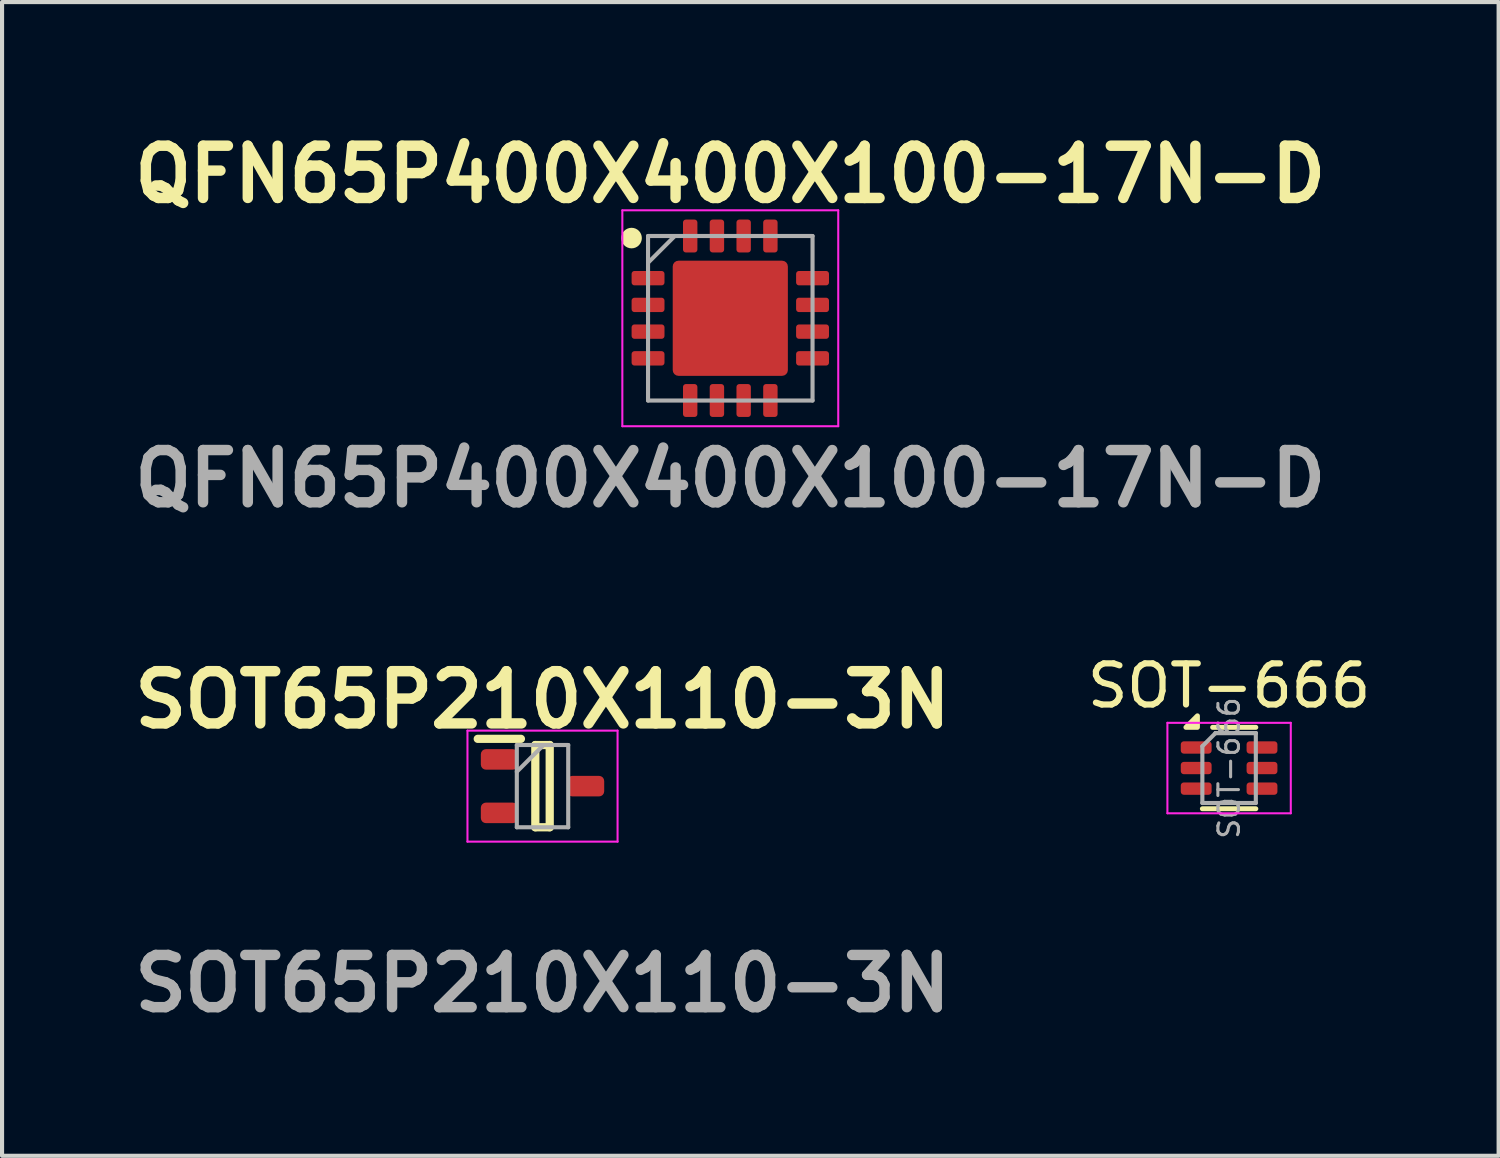
<source format=kicad_pcb>
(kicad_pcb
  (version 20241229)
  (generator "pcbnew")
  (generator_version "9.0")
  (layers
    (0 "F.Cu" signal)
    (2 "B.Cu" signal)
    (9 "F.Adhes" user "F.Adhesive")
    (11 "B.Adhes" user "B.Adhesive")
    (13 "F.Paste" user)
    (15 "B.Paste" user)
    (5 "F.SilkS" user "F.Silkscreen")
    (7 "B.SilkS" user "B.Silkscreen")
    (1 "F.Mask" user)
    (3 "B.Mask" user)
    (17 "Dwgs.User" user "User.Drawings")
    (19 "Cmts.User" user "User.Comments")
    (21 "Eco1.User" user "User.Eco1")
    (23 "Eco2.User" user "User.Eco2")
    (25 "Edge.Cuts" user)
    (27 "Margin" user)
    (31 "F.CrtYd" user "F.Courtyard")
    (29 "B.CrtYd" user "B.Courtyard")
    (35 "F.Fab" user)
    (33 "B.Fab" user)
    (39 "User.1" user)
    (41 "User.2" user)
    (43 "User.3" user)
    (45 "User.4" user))
  (footprint "QFN65P400X400X100-17N-D"
    (layer "F.Cu")
    (at 14.708 4.689)
    (property "Reference" "QFN65P400X400X100-17N-D" (at 0 -3.5 0) (layer "F.SilkS") (effects (font (size 1.27 1.27) (thickness 0.254))))
    (attr smd)
    (fp_circle (center -2.401 -1.95) (end -2.401 -1.825) (stroke (width 0.25) (type solid)) (fill no) (layer "F.SilkS"))
    (fp_rect (start -1.2 -1.2) (end -0.15 -0.15) (stroke (width 0.1) (type solid)) (fill yes) (layer "F.Paste"))
    (fp_rect (start -1.2 0.15) (end -0.15 1.2) (stroke (width 0.1) (type solid)) (fill yes) (layer "F.Paste"))
    (fp_rect (start 0.15 -1.2) (end 1.2 -0.15) (stroke (width 0.1) (type solid)) (fill yes) (layer "F.Paste"))
    (fp_rect (start 0.15 0.15) (end 1.2 1.2) (stroke (width 0.1) (type solid)) (fill yes) (layer "F.Paste"))
    (fp_line (start -2.625 -2.625) (end 2.625 -2.625) (stroke (width 0.05) (type solid)) (layer "F.CrtYd"))
    (fp_line (start -2.625 2.625) (end -2.625 -2.625) (stroke (width 0.05) (type solid)) (layer "F.CrtYd"))
    (fp_line (start 2.625 -2.625) (end 2.625 2.625) (stroke (width 0.05) (type solid)) (layer "F.CrtYd"))
    (fp_line (start 2.625 2.625) (end -2.625 2.625) (stroke (width 0.05) (type solid)) (layer "F.CrtYd"))
    (fp_line (start -2 -2) (end 2 -2) (stroke (width 0.1) (type solid)) (layer "F.Fab"))
    (fp_line (start -2 -1.35) (end -1.35 -2) (stroke (width 0.1) (type solid)) (layer "F.Fab"))
    (fp_line (start -2 2) (end -2 -2) (stroke (width 0.1) (type solid)) (layer "F.Fab"))
    (fp_line (start 2 -2) (end 2 2) (stroke (width 0.1) (type solid)) (layer "F.Fab"))
    (fp_line (start 2 2) (end -2 2) (stroke (width 0.1) (type solid)) (layer "F.Fab"))
    (fp_text user "${REFERENCE}" (at 0 3.9 0) (layer "F.Fab") (effects (font (size 1.27 1.27) (thickness 0.254))))
    (pad "1" smd roundrect (at -2 -0.975 90) (size 0.35 0.8) (layers "F.Cu" "F.Mask" "F.Paste") (roundrect_rratio 0.2))
    (pad "2" smd roundrect (at -2 -0.325 90) (size 0.35 0.8) (layers "F.Cu" "F.Mask" "F.Paste") (roundrect_rratio 0.2))
    (pad "3" smd roundrect (at -2 0.325 90) (size 0.35 0.8) (layers "F.Cu" "F.Mask" "F.Paste") (roundrect_rratio 0.2))
    (pad "4" smd roundrect (at -2 0.975 90) (size 0.35 0.8) (layers "F.Cu" "F.Mask" "F.Paste") (roundrect_rratio 0.2))
    (pad "5" smd roundrect (at -0.975 2) (size 0.35 0.8) (layers "F.Cu" "F.Mask" "F.Paste") (roundrect_rratio 0.2))
    (pad "6" smd roundrect (at -0.325 2) (size 0.35 0.8) (layers "F.Cu" "F.Mask" "F.Paste") (roundrect_rratio 0.2))
    (pad "7" smd roundrect (at 0.325 2) (size 0.35 0.8) (layers "F.Cu" "F.Mask" "F.Paste") (roundrect_rratio 0.2))
    (pad "8" smd roundrect (at 0.975 2) (size 0.35 0.8) (layers "F.Cu" "F.Mask" "F.Paste") (roundrect_rratio 0.2))
    (pad "9" smd roundrect (at 2 0.975 90) (size 0.35 0.8) (layers "F.Cu" "F.Mask" "F.Paste") (roundrect_rratio 0.2))
    (pad "10" smd roundrect (at 2 0.325 90) (size 0.35 0.8) (layers "F.Cu" "F.Mask" "F.Paste") (roundrect_rratio 0.2))
    (pad "11" smd roundrect (at 2 -0.325 90) (size 0.35 0.8) (layers "F.Cu" "F.Mask" "F.Paste") (roundrect_rratio 0.2))
    (pad "12" smd roundrect (at 2 -0.975 90) (size 0.35 0.8) (layers "F.Cu" "F.Mask" "F.Paste") (roundrect_rratio 0.2))
    (pad "13" smd roundrect (at 0.975 -2) (size 0.35 0.8) (layers "F.Cu" "F.Mask" "F.Paste") (roundrect_rratio 0.2))
    (pad "14" smd roundrect (at 0.325 -2) (size 0.35 0.8) (layers "F.Cu" "F.Mask" "F.Paste") (roundrect_rratio 0.2))
    (pad "15" smd roundrect (at -0.325 -2) (size 0.35 0.8) (layers "F.Cu" "F.Mask" "F.Paste") (roundrect_rratio 0.2))
    (pad "16" smd roundrect (at -0.975 -2) (size 0.35 0.8) (layers "F.Cu" "F.Mask" "F.Paste") (roundrect_rratio 0.2))
    (pad "17" smd roundrect (at 0 0) (size 2.8 2.8) (layers "F.Cu" "F.Mask") (roundrect_rratio 0.05)))
  (footprint "SOT65P210X110-3N"
    (layer "F.Cu")
    (at 10.142 16.066)
    (property "Reference" "SOT65P210X110-3N" (at 0 -2.1 0) (layer "F.SilkS") (effects (font (size 1.27 1.27) (thickness 0.254))))
    (attr smd)
    (fp_line (start -1.575 -1.15) (end -0.525 -1.15) (stroke (width 0.2) (type solid)) (layer "F.SilkS"))
    (fp_line (start -0.175 -1) (end 0.175 -1) (stroke (width 0.2) (type solid)) (layer "F.SilkS"))
    (fp_line (start -0.175 1) (end -0.175 -1) (stroke (width 0.2) (type solid)) (layer "F.SilkS"))
    (fp_line (start 0.175 -1) (end 0.175 1) (stroke (width 0.2) (type solid)) (layer "F.SilkS"))
    (fp_line (start 0.175 1) (end -0.175 1) (stroke (width 0.2) (type solid)) (layer "F.SilkS"))
    (fp_line (start -1.825 -1.35) (end 1.825 -1.35) (stroke (width 0.05) (type solid)) (layer "F.CrtYd"))
    (fp_line (start -1.825 1.35) (end -1.825 -1.35) (stroke (width 0.05) (type solid)) (layer "F.CrtYd"))
    (fp_line (start 1.825 -1.35) (end 1.825 1.35) (stroke (width 0.05) (type solid)) (layer "F.CrtYd"))
    (fp_line (start 1.825 1.35) (end -1.825 1.35) (stroke (width 0.05) (type solid)) (layer "F.CrtYd"))
    (fp_line (start -0.625 -1) (end 0.625 -1) (stroke (width 0.1) (type solid)) (layer "F.Fab"))
    (fp_line (start -0.625 -0.35) (end 0.025 -1) (stroke (width 0.1) (type solid)) (layer "F.Fab"))
    (fp_line (start -0.625 1) (end -0.625 -1) (stroke (width 0.1) (type solid)) (layer "F.Fab"))
    (fp_line (start 0.625 -1) (end 0.625 1) (stroke (width 0.1) (type solid)) (layer "F.Fab"))
    (fp_line (start 0.625 1) (end -0.625 1) (stroke (width 0.1) (type solid)) (layer "F.Fab"))
    (fp_text user "${REFERENCE}" (at 0 4.8 0) (layer "F.Fab") (effects (font (size 1.27 1.27) (thickness 0.254))))
    (pad "1" smd roundrect (at -1.05 -0.65 90) (size 0.5 0.9) (layers "F.Cu" "F.Mask" "F.Paste") (roundrect_rratio 0.25))
    (pad "2" smd roundrect (at -1.05 0.65 90) (size 0.5 0.9) (layers "F.Cu" "F.Mask" "F.Paste") (roundrect_rratio 0.25))
    (pad "3" smd roundrect (at 1.05 0 90) (size 0.5 0.9) (layers "F.Cu" "F.Mask" "F.Paste") (roundrect_rratio 0.25)))
  (footprint "SOT-666"
    (layer "F.Cu")
    (at 26.837 15.626)
    (property "Reference" "SOT-666" (at 0 -2 0) (layer "F.SilkS") (effects (font (size 1 1) (thickness 0.15))))
    (attr smd)
    (fp_line (start 0.65 -0.99) (end -0.4 -0.99) (stroke (width 0.12) (type solid)) (layer "F.SilkS"))
    (fp_line (start 0.65 0.99) (end -0.65 0.99) (stroke (width 0.12) (type solid)) (layer "F.SilkS"))
    (fp_poly (pts (xy -0.77 -0.99) (xy -1.05 -0.99) (xy -0.77 -1.27) (xy -0.77 -0.99)) (stroke (width 0.12) (type solid)) (fill yes) (layer "F.SilkS"))
    (fp_line (start -1.5 -1.1) (end -1.5 1.1) (stroke (width 0.05) (type solid)) (layer "F.CrtYd"))
    (fp_line (start -1.5 -1.1) (end 1.5 -1.1) (stroke (width 0.05) (type solid)) (layer "F.CrtYd"))
    (fp_line (start -1.5 1.1) (end 1.5 1.1) (stroke (width 0.05) (type solid)) (layer "F.CrtYd"))
    (fp_line (start 1.5 1.1) (end 1.5 -1.1) (stroke (width 0.05) (type solid)) (layer "F.CrtYd"))
    (fp_line (start -0.65 -0.53) (end -0.65 0.85) (stroke (width 0.1) (type solid)) (layer "F.Fab"))
    (fp_line (start -0.65 -0.53) (end -0.33 -0.85) (stroke (width 0.1) (type solid)) (layer "F.Fab"))
    (fp_line (start 0.65 -0.85) (end -0.33 -0.85) (stroke (width 0.1) (type solid)) (layer "F.Fab"))
    (fp_line (start 0.65 -0.85) (end -0.33 -0.85) (stroke (width 0.1) (type solid)) (layer "F.Fab"))
    (fp_line (start 0.65 -0.85) (end 0.65 0.85) (stroke (width 0.1) (type solid)) (layer "F.Fab"))
    (fp_line (start 0.65 0.85) (end -0.65 0.85) (stroke (width 0.1) (type solid)) (layer "F.Fab"))
    (fp_text user "${REFERENCE}" (at 0 0 90) (layer "F.Fab") (effects (font (size 0.5 0.5) (thickness 0.075))))
    (pad "1" smd roundrect (at -0.8 -0.5) (size 0.75 0.3) (layers "F.Cu" "F.Mask" "F.Paste") (roundrect_rratio 0.25))
    (pad "2" smd roundrect (at -0.8 0) (size 0.75 0.3) (layers "F.Cu" "F.Mask" "F.Paste") (roundrect_rratio 0.25))
    (pad "3" smd roundrect (at -0.8 0.5) (size 0.75 0.3) (layers "F.Cu" "F.Mask" "F.Paste") (roundrect_rratio 0.25))
    (pad "4" smd roundrect (at 0.8 0.5) (size 0.75 0.3) (layers "F.Cu" "F.Mask" "F.Paste") (roundrect_rratio 0.25))
    (pad "5" smd roundrect (at 0.8 0) (size 0.75 0.3) (layers "F.Cu" "F.Mask" "F.Paste") (roundrect_rratio 0.25))
    (pad "6" smd roundrect (at 0.8 -0.5) (size 0.75 0.3) (layers "F.Cu" "F.Mask" "F.Paste") (roundrect_rratio 0.25)))
  (gr_rect
    (start -3 -3)
    (end 33.391 25.055)
    (stroke (width 0.1) (type default))
    (fill no)
    (layer "Edge.Cuts")))
</source>
